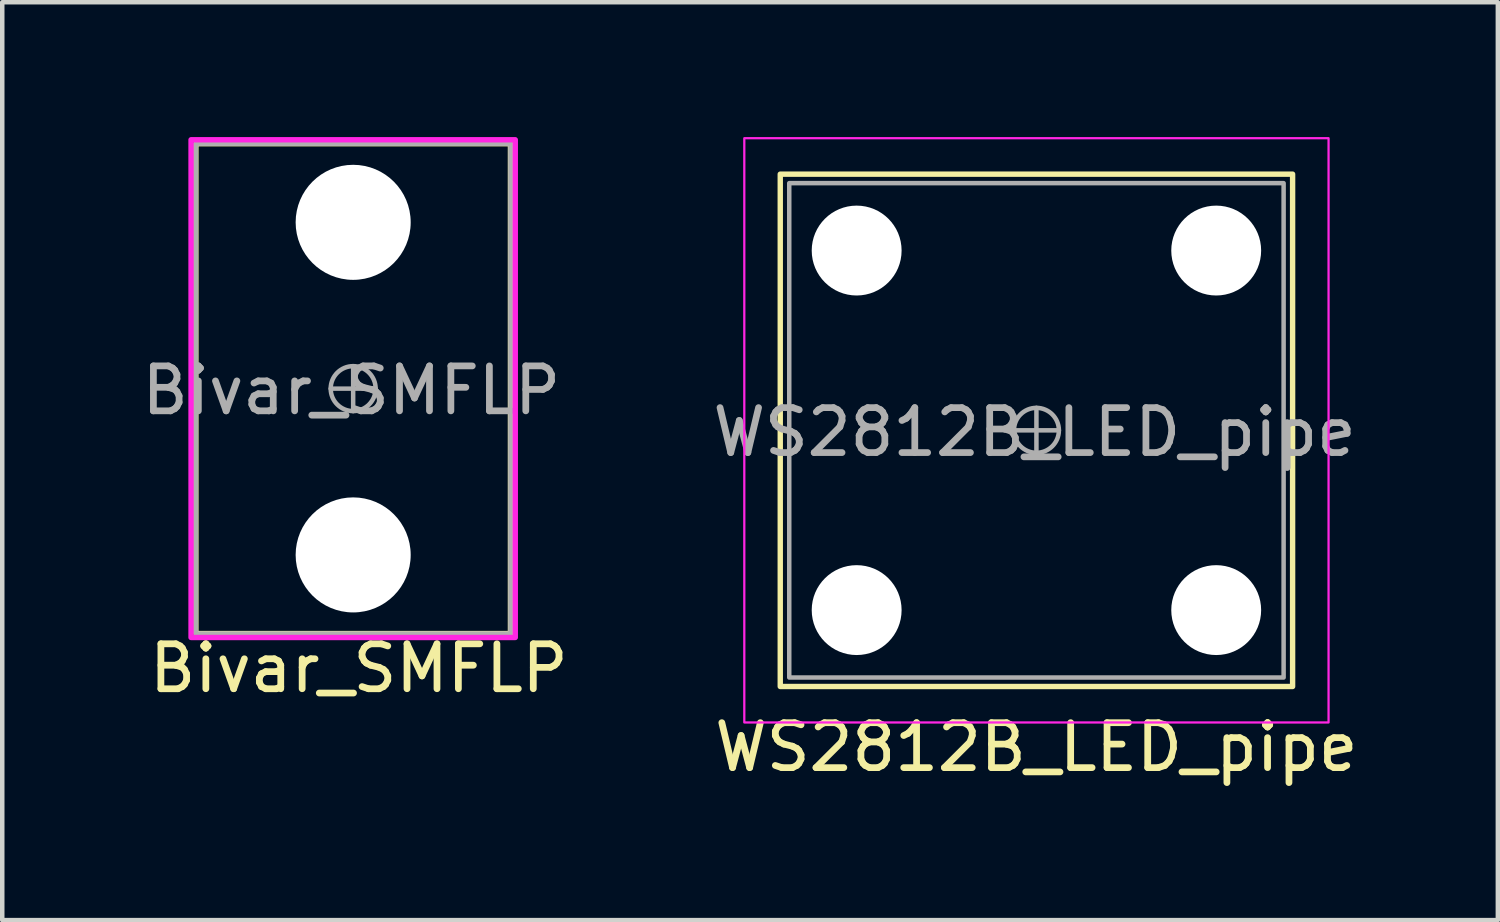
<source format=kicad_pcb>
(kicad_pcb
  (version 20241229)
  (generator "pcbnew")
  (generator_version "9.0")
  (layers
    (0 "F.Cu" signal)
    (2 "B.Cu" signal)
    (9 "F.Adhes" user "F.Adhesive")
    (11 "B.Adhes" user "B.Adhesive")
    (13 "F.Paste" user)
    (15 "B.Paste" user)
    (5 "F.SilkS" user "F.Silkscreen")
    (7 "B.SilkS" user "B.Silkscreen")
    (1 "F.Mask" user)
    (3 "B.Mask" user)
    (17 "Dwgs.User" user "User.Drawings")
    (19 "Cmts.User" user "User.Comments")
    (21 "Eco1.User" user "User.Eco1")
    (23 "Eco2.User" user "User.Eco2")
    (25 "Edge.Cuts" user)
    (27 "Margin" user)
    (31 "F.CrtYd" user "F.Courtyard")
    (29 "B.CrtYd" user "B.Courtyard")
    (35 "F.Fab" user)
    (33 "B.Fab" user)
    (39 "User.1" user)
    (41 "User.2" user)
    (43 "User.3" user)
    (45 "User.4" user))
  (footprint "WS2812B_LED_pipe"
    (layer "F.Cu")
    (at 20.011 6.525)
    (property "Reference" "WS2812B_LED_pipe" (at 0 7.05 0) (layer "F.SilkS") (effects (font (size 1 1) (thickness 0.15))))
    (attr through_hole)
    (fp_rect (start -5.7 -5.7) (end 5.7 5.7) (stroke (width 0.12) (type solid)) (fill no) (layer "F.SilkS"))
    (fp_rect (start -6.5 -6.5) (end 6.5 6.5) (stroke (width 0.05) (type solid)) (fill no) (layer "F.CrtYd"))
    (fp_line (start -0.5 0) (end 0.5 0) (stroke (width 0.1) (type solid)) (layer "F.Fab"))
    (fp_line (start 0 -0.5) (end 0 0.5) (stroke (width 0.1) (type solid)) (layer "F.Fab"))
    (fp_rect (start -5.5 -5.5) (end 5.5 5.5) (stroke (width 0.1) (type solid)) (fill no) (layer "F.Fab"))
    (fp_circle (center 0 0) (end 0.5 0) (stroke (width 0.1) (type solid)) (fill no) (layer "F.Fab"))
    (fp_text user "${REFERENCE}" (at -0.04 0.04 180) (layer "F.Fab") (effects (font (size 1 1) (thickness 0.15))))
    (pad "" np_thru_hole circle (at -4 -4) (size 2 2) (drill 2) (layers "*.Cu" "*.Mask"))
    (pad "" np_thru_hole circle (at -4 4) (size 2 2) (drill 2) (layers "*.Cu" "*.Mask"))
    (pad "" np_thru_hole circle (at 4 -4) (size 2 2) (drill 2) (layers "*.Cu" "*.Mask"))
    (pad "" np_thru_hole circle (at 4 4) (size 2 2) (drill 2) (layers "*.Cu" "*.Mask")))
  (footprint "Bivar_SMFLP"
    (layer "F.Cu")
    (at 4.808 5.597)
    (property "Reference" "Bivar_SMFLP" (at 0.127 6.223 0) (layer "F.SilkS") (effects (font (size 1 1) (thickness 0.15))))
    (attr through_hole)
    (fp_rect (start -3.5 -5.45) (end 3.5 5.45) (stroke (width 0.12) (type solid)) (fill no) (layer "F.SilkS"))
    (fp_rect (start -3.607 -5.537) (end 3.607 5.537) (stroke (width 0.12) (type solid)) (fill no) (layer "F.CrtYd"))
    (fp_line (start -0.5 0) (end 0.5 0) (stroke (width 0.1) (type solid)) (layer "F.Fab"))
    (fp_line (start 0 -0.5) (end 0 0.5) (stroke (width 0.1) (type solid)) (layer "F.Fab"))
    (fp_rect (start -3.5 -5.45) (end 3.5 5.45) (stroke (width 0.1) (type solid)) (fill no) (layer "F.Fab"))
    (fp_circle (center 0 0) (end 0.5 0) (stroke (width 0.1) (type solid)) (fill no) (layer "F.Fab"))
    (fp_text user "${REFERENCE}" (at -0.04 0.04 180) (layer "F.Fab") (effects (font (size 1 1) (thickness 0.15))))
    (pad "" np_thru_hole circle (at 0 -3.7) (size 2.56 2.56) (drill 2.56) (layers "*.Cu" "*.Mask"))
    (pad "" np_thru_hole circle (at 0 3.7) (size 2.56 2.56) (drill 2.56) (layers "*.Cu" "*.Mask")))
  (gr_rect
    (start -3 -3)
    (end 30.278 17.423)
    (stroke (width 0.1) (type default))
    (fill no)
    (layer "Edge.Cuts")))
</source>
